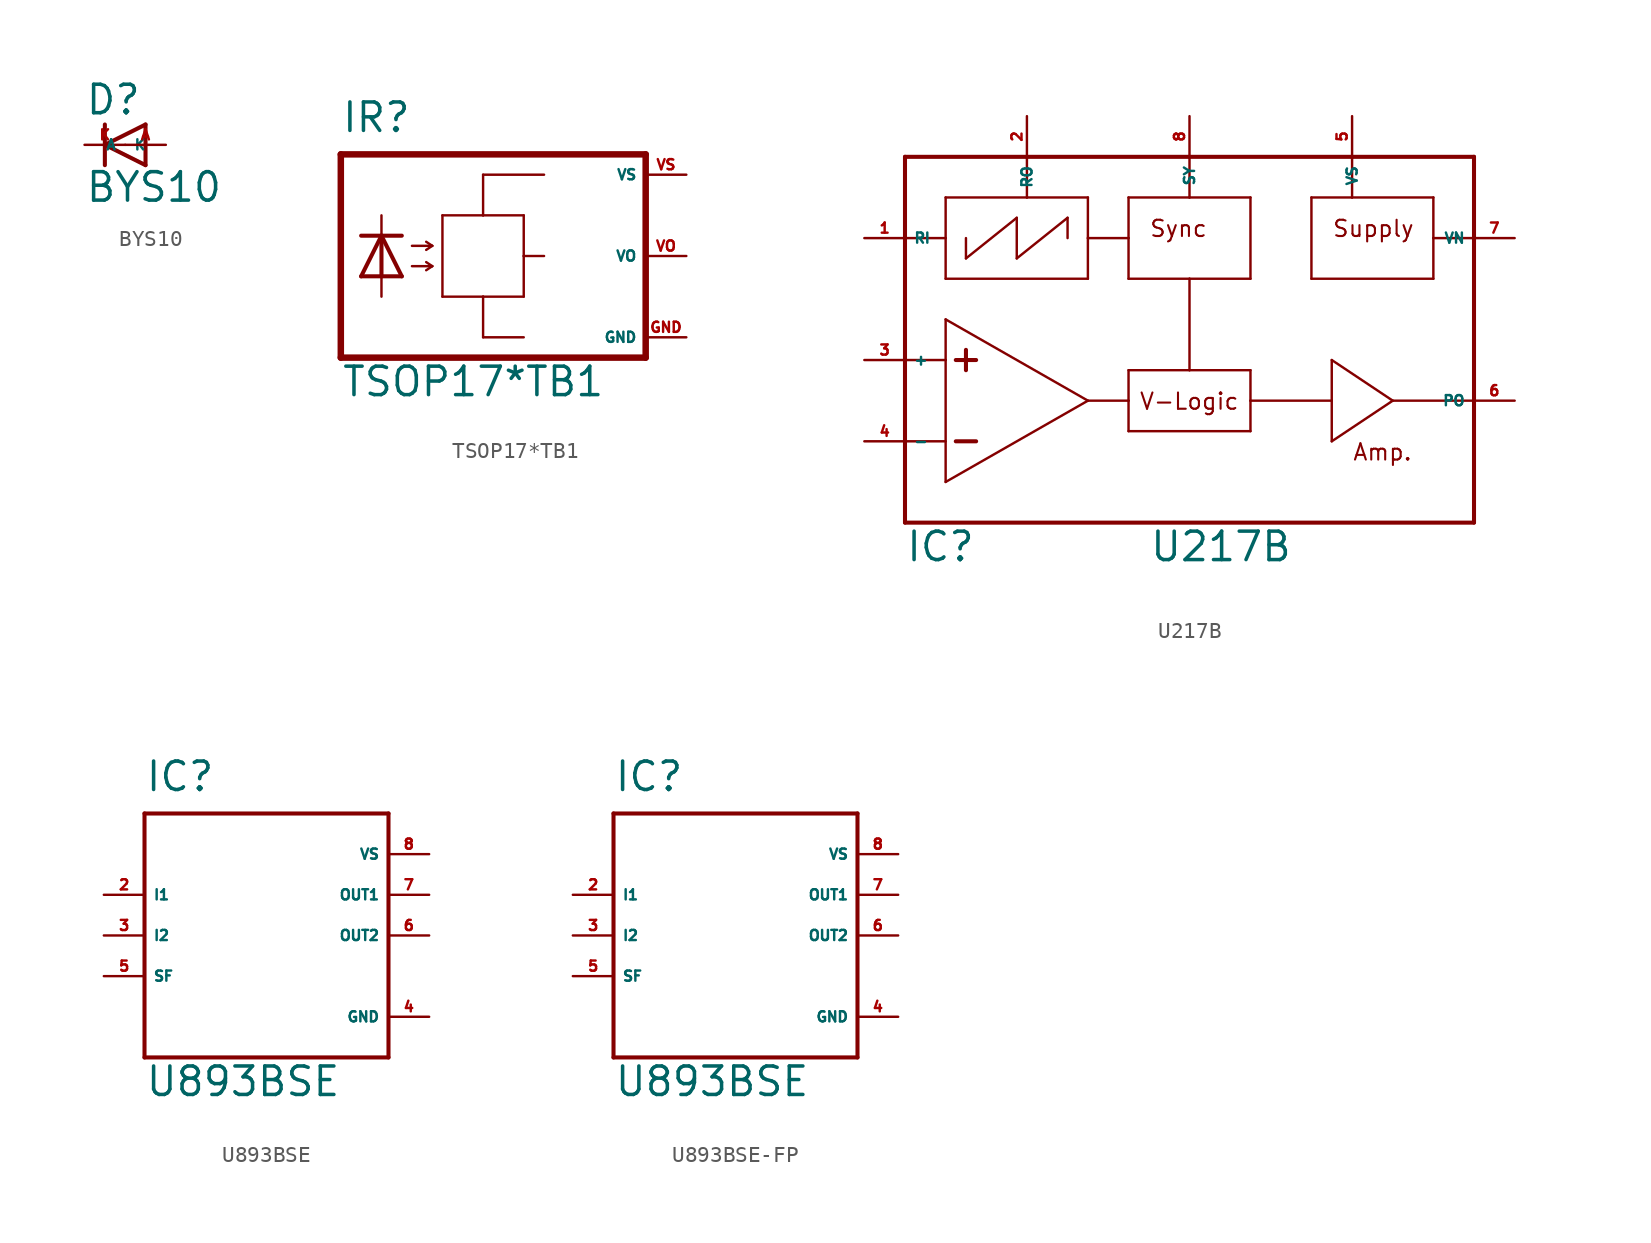
<source format=kicad_sym>
(kicad_symbol_lib
  (version 20220914)
  (generator Eagle2Kicad)
  (symbol "BYS10"
    (property "Reference" "D"
      (at -2.54 1.778 0)
      (effects (font (size 1.778 1.778) (thickness 0.22)) (justify left bottom)))
    (property "Value" "BYS10"
      (at -2.54 -3.683 0)
      (effects (font (size 1.778 1.778) (thickness 0.22)) (justify left bottom)))
    (polyline
      (pts (xy 1.27 1.27) (xy -1.27 0))
      (stroke (width 0.254) (type default))
      (fill (type none)))
    (polyline
      (pts (xy -1.27 0) (xy 1.27 -1.27))
      (stroke (width 0.254) (type default))
      (fill (type none)))
    (polyline
      (pts (xy -1.27 -1.27) (xy -1.27 0))
      (stroke (width 0.254) (type default))
      (fill (type none)))
    (polyline
      (pts (xy 1.27 -1.27) (xy 1.27 1.27))
      (stroke (width 0.254) (type default))
      (fill (type none)))
    (polyline
      (pts (xy -1.27 0) (xy -1.27 1.27))
      (stroke (width 0.254) (type default))
      (fill (type none)))
    (pin passive line
      (at 2.54 0 180)
      (length 2.54)
      (name "A" (effects (font (size 0.635 0.635) (thickness 0.08)) (justify left bottom)))
      (number "A" (effects (font (size 0.635 0.635) (thickness 0.08)) (justify left bottom))))
    (pin passive line
      (at -2.54 0 0)
      (length 2.54)
      (name "K" (effects (font (size 0.635 0.635) (thickness 0.08)) (justify left bottom)))
      (number "K" (effects (font (size 0.635 0.635) (thickness 0.08)) (justify left bottom)))))
  (symbol "TSOP17*TB1"
    (property "Reference" "IR"
      (at -8.89 7.62 0)
      (effects (font (size 1.778 1.778) (thickness 0.22)) (justify left bottom)))
    (property "Value" "TSOP17*TB1"
      (at -8.89 -8.89 0)
      (effects (font (size 1.778 1.778) (thickness 0.22)) (justify left bottom)))
    (polyline
      (pts (xy -7.62 -1.27) (xy -6.35 1.27))
      (stroke (width 0.254) (type default))
      (fill (type none)))
    (polyline
      (pts (xy -6.35 1.27) (xy -5.08 -1.27))
      (stroke (width 0.254) (type default))
      (fill (type none)))
    (polyline
      (pts (xy -7.62 1.27) (xy -6.35 1.27))
      (stroke (width 0.254) (type default))
      (fill (type none)))
    (polyline
      (pts (xy -6.35 1.27) (xy -5.08 1.27))
      (stroke (width 0.254) (type default))
      (fill (type none)))
    (polyline
      (pts (xy -4.445 0.635) (xy -3.175 0.635))
      (stroke (width 0.152) (type default))
      (fill (type none)))
    (polyline
      (pts (xy -3.175 0.635) (xy -3.556 0.889))
      (stroke (width 0.152) (type default))
      (fill (type none)))
    (polyline
      (pts (xy -3.175 0.635) (xy -3.556 0.381))
      (stroke (width 0.152) (type default))
      (fill (type none)))
    (polyline
      (pts (xy -4.445 -0.635) (xy -3.175 -0.635))
      (stroke (width 0.152) (type default))
      (fill (type none)))
    (polyline
      (pts (xy -3.175 -0.635) (xy -3.556 -0.381))
      (stroke (width 0.152) (type default))
      (fill (type none)))
    (polyline
      (pts (xy -3.175 -0.635) (xy -3.556 -0.889))
      (stroke (width 0.152) (type default))
      (fill (type none)))
    (polyline
      (pts (xy -7.62 -1.27) (xy -6.35 -1.27))
      (stroke (width 0.254) (type default))
      (fill (type none)))
    (polyline
      (pts (xy -6.35 -1.27) (xy -6.35 1.27))
      (stroke (width 0.254) (type default))
      (fill (type none)))
    (polyline
      (pts (xy -6.35 -1.27) (xy -5.08 -1.27))
      (stroke (width 0.254) (type default))
      (fill (type none)))
    (polyline
      (pts (xy -6.35 -1.27) (xy -6.35 -2.54))
      (stroke (width 0.152) (type default))
      (fill (type none)))
    (polyline
      (pts (xy -6.35 2.54) (xy -6.35 1.27))
      (stroke (width 0.152) (type default))
      (fill (type none)))
    (polyline
      (pts (xy -8.89 6.35) (xy -8.89 -6.35))
      (stroke (width 0.406) (type default))
      (fill (type none)))
    (polyline
      (pts (xy 10.16 6.35) (xy -8.89 6.35))
      (stroke (width 0.406) (type default))
      (fill (type none)))
    (polyline
      (pts (xy 10.16 6.35) (xy 10.16 -6.35))
      (stroke (width 0.406) (type default))
      (fill (type none)))
    (polyline
      (pts (xy 10.16 -6.35) (xy -8.89 -6.35))
      (stroke (width 0.406) (type default))
      (fill (type none)))
    (polyline
      (pts (xy 0 5.08) (xy 3.81 5.08))
      (stroke (width 0.152) (type default))
      (fill (type none)))
    (polyline
      (pts (xy 0 5.08) (xy 0 2.54))
      (stroke (width 0.152) (type default))
      (fill (type none)))
    (polyline
      (pts (xy 0 2.54) (xy -2.54 2.54))
      (stroke (width 0.152) (type default))
      (fill (type none)))
    (polyline
      (pts (xy -2.54 2.54) (xy -2.54 -2.54))
      (stroke (width 0.152) (type default))
      (fill (type none)))
    (polyline
      (pts (xy 2.54 0) (xy 3.81 0))
      (stroke (width 0.152) (type default))
      (fill (type none)))
    (polyline
      (pts (xy 0 -5.08) (xy 0 -2.54))
      (stroke (width 0.152) (type default))
      (fill (type none)))
    (polyline
      (pts (xy 2.54 -5.08) (xy 0 -5.08))
      (stroke (width 0.152) (type default))
      (fill (type none)))
    (polyline
      (pts (xy 2.54 2.54) (xy 0 2.54))
      (stroke (width 0.152) (type default))
      (fill (type none)))
    (polyline
      (pts (xy 2.54 2.54) (xy 2.54 0))
      (stroke (width 0.152) (type default))
      (fill (type none)))
    (polyline
      (pts (xy 2.54 0) (xy 2.54 -2.54))
      (stroke (width 0.152) (type default))
      (fill (type none)))
    (polyline
      (pts (xy 0 -2.54) (xy -2.54 -2.54))
      (stroke (width 0.152) (type default))
      (fill (type none)))
    (polyline
      (pts (xy 2.54 -2.54) (xy 0 -2.54))
      (stroke (width 0.152) (type default))
      (fill (type none)))
    (pin open_collector line
      (at 12.7 0 180)
      (length 2.54)
      (name "VO" (effects (font (size 0.635 0.635) (thickness 0.08)) (justify left bottom)))
      (number "VO" (effects (font (size 0.635 0.635) (thickness 0.08)) (justify left bottom))))
    (pin unspecified line
      (at 12.7 5.08 180)
      (length 2.54)
      (name "VS" (effects (font (size 0.635 0.635) (thickness 0.08)) (justify left bottom)))
      (number "VS" (effects (font (size 0.635 0.635) (thickness 0.08)) (justify left bottom))))
    (pin unspecified line
      (at 12.7 -5.08 180)
      (length 2.54)
      (name "GND" (effects (font (size 0.635 0.635) (thickness 0.08)) (justify left bottom)))
      (number "GND" (effects (font (size 0.635 0.635) (thickness 0.08)) (justify left bottom)))))
  (symbol "U217B"
    (property "Reference" "IC"
      (at -17.78 -12.7 0)
      (effects (font (size 1.778 1.778) (thickness 0.22)) (justify left bottom)))
    (property "Value" "U217B"
      (at -2.54 -12.7 0)
      (effects (font (size 1.778 1.778) (thickness 0.22)) (justify left bottom)))
    (polyline
      (pts (xy -17.78 12.7) (xy -17.78 7.62))
      (stroke (width 0.254) (type default))
      (fill (type none)))
    (polyline
      (pts (xy -17.78 7.62) (xy -17.78 0))
      (stroke (width 0.254) (type default))
      (fill (type none)))
    (polyline
      (pts (xy -17.78 0) (xy -17.78 -5.08))
      (stroke (width 0.254) (type default))
      (fill (type none)))
    (polyline
      (pts (xy -17.78 -5.08) (xy -17.78 -10.16))
      (stroke (width 0.254) (type default))
      (fill (type none)))
    (polyline
      (pts (xy -17.78 -10.16) (xy 17.78 -10.16))
      (stroke (width 0.254) (type default))
      (fill (type none)))
    (polyline
      (pts (xy 17.78 -10.16) (xy 17.78 -2.54))
      (stroke (width 0.254) (type default))
      (fill (type none)))
    (polyline
      (pts (xy 17.78 -2.54) (xy 17.78 7.62))
      (stroke (width 0.254) (type default))
      (fill (type none)))
    (polyline
      (pts (xy 17.78 7.62) (xy 17.78 12.7))
      (stroke (width 0.254) (type default))
      (fill (type none)))
    (polyline
      (pts (xy 17.78 12.7) (xy 10.16 12.7))
      (stroke (width 0.254) (type default))
      (fill (type none)))
    (polyline
      (pts (xy 10.16 12.7) (xy 0 12.7))
      (stroke (width 0.254) (type default))
      (fill (type none)))
    (polyline
      (pts (xy 0 12.7) (xy -10.16 12.7))
      (stroke (width 0.254) (type default))
      (fill (type none)))
    (polyline
      (pts (xy -10.16 12.7) (xy -17.78 12.7))
      (stroke (width 0.254) (type default))
      (fill (type none)))
    (polyline
      (pts (xy -15.24 10.16) (xy -15.24 7.62))
      (stroke (width 0) (type default))
      (fill (type none)))
    (polyline
      (pts (xy -15.24 7.62) (xy -15.24 5.08))
      (stroke (width 0) (type default))
      (fill (type none)))
    (polyline
      (pts (xy -15.24 5.08) (xy -6.35 5.08))
      (stroke (width 0) (type default))
      (fill (type none)))
    (polyline
      (pts (xy -6.35 5.08) (xy -6.35 7.62))
      (stroke (width 0) (type default))
      (fill (type none)))
    (polyline
      (pts (xy -6.35 7.62) (xy -6.35 10.16))
      (stroke (width 0) (type default))
      (fill (type none)))
    (polyline
      (pts (xy -6.35 10.16) (xy -10.16 10.16))
      (stroke (width 0) (type default))
      (fill (type none)))
    (polyline
      (pts (xy -10.16 10.16) (xy -15.24 10.16))
      (stroke (width 0) (type default))
      (fill (type none)))
    (polyline
      (pts (xy -3.81 10.16) (xy -3.81 7.62))
      (stroke (width 0) (type default))
      (fill (type none)))
    (polyline
      (pts (xy -3.81 7.62) (xy -3.81 5.08))
      (stroke (width 0) (type default))
      (fill (type none)))
    (polyline
      (pts (xy -3.81 5.08) (xy 0 5.08))
      (stroke (width 0) (type default))
      (fill (type none)))
    (polyline
      (pts (xy 0 5.08) (xy 3.81 5.08))
      (stroke (width 0) (type default))
      (fill (type none)))
    (polyline
      (pts (xy 3.81 5.08) (xy 3.81 10.16))
      (stroke (width 0) (type default))
      (fill (type none)))
    (polyline
      (pts (xy 3.81 10.16) (xy 0 10.16))
      (stroke (width 0) (type default))
      (fill (type none)))
    (polyline
      (pts (xy 0 10.16) (xy -3.81 10.16))
      (stroke (width 0) (type default))
      (fill (type none)))
    (polyline
      (pts (xy 7.62 10.16) (xy 10.16 10.16))
      (stroke (width 0) (type default))
      (fill (type none)))
    (polyline
      (pts (xy 10.16 10.16) (xy 15.24 10.16))
      (stroke (width 0) (type default))
      (fill (type none)))
    (polyline
      (pts (xy 15.24 10.16) (xy 15.24 7.62))
      (stroke (width 0) (type default))
      (fill (type none)))
    (polyline
      (pts (xy 15.24 7.62) (xy 15.24 5.08))
      (stroke (width 0) (type default))
      (fill (type none)))
    (polyline
      (pts (xy 15.24 5.08) (xy 7.62 5.08))
      (stroke (width 0) (type default))
      (fill (type none)))
    (polyline
      (pts (xy 7.62 5.08) (xy 7.62 10.16))
      (stroke (width 0) (type default))
      (fill (type none)))
    (polyline
      (pts (xy -15.24 2.54) (xy -15.24 0))
      (stroke (width 0) (type default))
      (fill (type none)))
    (polyline
      (pts (xy -15.24 0) (xy -15.24 -7.62))
      (stroke (width 0) (type default))
      (fill (type none)))
    (polyline
      (pts (xy -15.24 -7.62) (xy -6.35 -2.54))
      (stroke (width 0) (type default))
      (fill (type none)))
    (polyline
      (pts (xy -6.35 -2.54) (xy -15.24 2.54))
      (stroke (width 0) (type default))
      (fill (type none)))
    (polyline
      (pts (xy -3.81 -0.635) (xy -3.81 -2.54))
      (stroke (width 0) (type default))
      (fill (type none)))
    (polyline
      (pts (xy -3.81 -2.54) (xy -3.81 -4.445))
      (stroke (width 0) (type default))
      (fill (type none)))
    (polyline
      (pts (xy -3.81 -4.445) (xy 3.81 -4.445))
      (stroke (width 0) (type default))
      (fill (type none)))
    (polyline
      (pts (xy 3.81 -4.445) (xy 3.81 -2.54))
      (stroke (width 0) (type default))
      (fill (type none)))
    (polyline
      (pts (xy 3.81 -2.54) (xy 3.81 -0.635))
      (stroke (width 0) (type default))
      (fill (type none)))
    (polyline
      (pts (xy 3.81 -0.635) (xy 0 -0.635))
      (stroke (width 0) (type default))
      (fill (type none)))
    (polyline
      (pts (xy 0 -0.635) (xy -3.81 -0.635))
      (stroke (width 0) (type default))
      (fill (type none)))
    (polyline
      (pts (xy 8.89 0) (xy 8.89 -2.54))
      (stroke (width 0) (type default))
      (fill (type none)))
    (polyline
      (pts (xy 8.89 -2.54) (xy 8.89 -5.08))
      (stroke (width 0) (type default))
      (fill (type none)))
    (polyline
      (pts (xy 8.89 -5.08) (xy 12.7 -2.54))
      (stroke (width 0) (type default))
      (fill (type none)))
    (polyline
      (pts (xy 12.7 -2.54) (xy 8.89 0))
      (stroke (width 0) (type default))
      (fill (type none)))
    (polyline
      (pts (xy 0 5.08) (xy 0 -0.635))
      (stroke (width 0) (type default))
      (fill (type none)))
    (polyline
      (pts (xy -6.35 -2.54) (xy -3.81 -2.54))
      (stroke (width 0) (type default))
      (fill (type none)))
    (polyline
      (pts (xy 3.81 -2.54) (xy 8.89 -2.54))
      (stroke (width 0) (type default))
      (fill (type none)))
    (polyline
      (pts (xy 12.7 -2.54) (xy 17.78 -2.54))
      (stroke (width 0) (type default))
      (fill (type none)))
    (polyline
      (pts (xy 15.24 7.62) (xy 17.78 7.62))
      (stroke (width 0) (type default))
      (fill (type none)))
    (polyline
      (pts (xy -6.35 7.62) (xy -3.81 7.62))
      (stroke (width 0) (type default))
      (fill (type none)))
    (polyline
      (pts (xy -13.97 7.62) (xy -13.97 6.35))
      (stroke (width 0) (type default))
      (fill (type none)))
    (polyline
      (pts (xy -13.97 6.35) (xy -10.795 8.89))
      (stroke (width 0) (type default))
      (fill (type none)))
    (polyline
      (pts (xy -10.795 8.89) (xy -10.795 6.35))
      (stroke (width 0) (type default))
      (fill (type none)))
    (polyline
      (pts (xy 10.16 10.16) (xy 10.16 12.7))
      (stroke (width 0) (type default))
      (fill (type none)))
    (polyline
      (pts (xy 0 10.16) (xy 0 12.7))
      (stroke (width 0) (type default))
      (fill (type none)))
    (polyline
      (pts (xy -10.16 10.16) (xy -10.16 12.7))
      (stroke (width 0) (type default))
      (fill (type none)))
    (polyline
      (pts (xy -17.78 7.62) (xy -15.24 7.62))
      (stroke (width 0) (type default))
      (fill (type none)))
    (polyline
      (pts (xy -17.78 0) (xy -15.24 0))
      (stroke (width 0) (type default))
      (fill (type none)))
    (polyline
      (pts (xy -17.78 -5.08) (xy -15.24 -5.08))
      (stroke (width 0) (type default))
      (fill (type none)))
    (polyline
      (pts (xy -14.605 0) (xy -13.335 0))
      (stroke (width 0.254) (type default))
      (fill (type none)))
    (polyline
      (pts (xy -13.335 -5.08) (xy -14.605 -5.08))
      (stroke (width 0.254) (type default))
      (fill (type none)))
    (polyline
      (pts (xy -13.97 -0.635) (xy -13.97 0.635))
      (stroke (width 0.254) (type default))
      (fill (type none)))
    (polyline
      (pts (xy -10.795 6.35) (xy -7.62 8.89))
      (stroke (width 0) (type default))
      (fill (type none)))
    (polyline
      (pts (xy -7.62 8.89) (xy -7.62 7.62))
      (stroke (width 0) (type default))
      (fill (type none)))
    (text "Sync"
      (at -2.54 7.62 0)
      (effects (font (size 1.016 1.016) (thickness 0.13)) (justify left bottom)))
    (text "Supply"
      (at 8.89 7.62 0)
      (effects (font (size 1.016 1.016) (thickness 0.13)) (justify left bottom)))
    (text "Amp."
      (at 10.16 -6.35 0)
      (effects (font (size 1.016 1.016) (thickness 0.13)) (justify left bottom)))
    (text "V-Logic"
      (at -3.175 -3.175 0)
      (effects (font (size 1.016 1.016) (thickness 0.13)) (justify left bottom)))
    (pin bidirectional line
      (at -20.32 -5.08 0)
      (length 2.54)
      (name "-" (effects (font (size 0.635 0.635) (thickness 0.08)) (justify left bottom)))
      (number "4" (effects (font (size 0.635 0.635) (thickness 0.08)) (justify left bottom))))
    (pin bidirectional line
      (at -20.32 0 0)
      (length 2.54)
      (name "+" (effects (font (size 0.635 0.635) (thickness 0.08)) (justify left bottom)))
      (number "3" (effects (font (size 0.635 0.635) (thickness 0.08)) (justify left bottom))))
    (pin bidirectional line
      (at -20.32 7.62 0)
      (length 2.54)
      (name "RI" (effects (font (size 0.635 0.635) (thickness 0.08)) (justify left bottom)))
      (number "1" (effects (font (size 0.635 0.635) (thickness 0.08)) (justify left bottom))))
    (pin bidirectional line
      (at -10.16 15.24 270)
      (length 2.54)
      (name "RO" (effects (font (size 0.635 0.635) (thickness 0.08)) (justify left bottom)))
      (number "2" (effects (font (size 0.635 0.635) (thickness 0.08)) (justify left bottom))))
    (pin bidirectional line
      (at 0 15.24 270)
      (length 2.54)
      (name "SY" (effects (font (size 0.635 0.635) (thickness 0.08)) (justify left bottom)))
      (number "8" (effects (font (size 0.635 0.635) (thickness 0.08)) (justify left bottom))))
    (pin bidirectional line
      (at 10.16 15.24 270)
      (length 2.54)
      (name "VS" (effects (font (size 0.635 0.635) (thickness 0.08)) (justify left bottom)))
      (number "5" (effects (font (size 0.635 0.635) (thickness 0.08)) (justify left bottom))))
    (pin bidirectional line
      (at 20.32 7.62 180)
      (length 2.54)
      (name "VN" (effects (font (size 0.635 0.635) (thickness 0.08)) (justify left bottom)))
      (number "7" (effects (font (size 0.635 0.635) (thickness 0.08)) (justify left bottom))))
    (pin bidirectional line
      (at 20.32 -2.54 180)
      (length 2.54)
      (name "PO" (effects (font (size 0.635 0.635) (thickness 0.08)) (justify left bottom)))
      (number "6" (effects (font (size 0.635 0.635) (thickness 0.08)) (justify left bottom)))))
  (symbol "U893BSE"
    (property "Reference" "IC"
      (at -7.62 6.35 0)
      (effects (font (size 1.778 1.778) (thickness 0.22)) (justify left bottom)))
    (property "Value" "U893BSE"
      (at -7.62 -12.7 0)
      (effects (font (size 1.778 1.778) (thickness 0.22)) (justify left bottom)))
    (polyline
      (pts (xy -7.62 5.08) (xy 7.62 5.08))
      (stroke (width 0.254) (type default))
      (fill (type none)))
    (polyline
      (pts (xy 7.62 5.08) (xy 7.62 -10.16))
      (stroke (width 0.254) (type default))
      (fill (type none)))
    (polyline
      (pts (xy 7.62 -10.16) (xy -7.62 -10.16))
      (stroke (width 0.254) (type default))
      (fill (type none)))
    (polyline
      (pts (xy -7.62 -10.16) (xy -7.62 5.08))
      (stroke (width 0.254) (type default))
      (fill (type none)))
    (pin input line
      (at -10.16 0 0)
      (length 2.54)
      (name "I1" (effects (font (size 0.635 0.635) (thickness 0.08)) (justify left bottom)))
      (number "2" (effects (font (size 0.635 0.635) (thickness 0.08)) (justify left bottom))))
    (pin input line
      (at -10.16 -2.54 0)
      (length 2.54)
      (name "I2" (effects (font (size 0.635 0.635) (thickness 0.08)) (justify left bottom)))
      (number "3" (effects (font (size 0.635 0.635) (thickness 0.08)) (justify left bottom))))
    (pin input line
      (at -10.16 -5.08 0)
      (length 2.54)
      (name "SF" (effects (font (size 0.635 0.635) (thickness 0.08)) (justify left bottom)))
      (number "5" (effects (font (size 0.635 0.635) (thickness 0.08)) (justify left bottom))))
    (pin unspecified line
      (at 10.16 -7.62 180)
      (length 2.54)
      (name "GND" (effects (font (size 0.635 0.635) (thickness 0.08)) (justify left bottom)))
      (number "4" (effects (font (size 0.635 0.635) (thickness 0.08)) (justify left bottom))))
    (pin unspecified line
      (at 10.16 2.54 180)
      (length 2.54)
      (name "VS" (effects (font (size 0.635 0.635) (thickness 0.08)) (justify left bottom)))
      (number "8" (effects (font (size 0.635 0.635) (thickness 0.08)) (justify left bottom))))
    (pin output line
      (at 10.16 0 180)
      (length 2.54)
      (name "OUT1" (effects (font (size 0.635 0.635) (thickness 0.08)) (justify left bottom)))
      (number "7" (effects (font (size 0.635 0.635) (thickness 0.08)) (justify left bottom))))
    (pin output line
      (at 10.16 -2.54 180)
      (length 2.54)
      (name "OUT2" (effects (font (size 0.635 0.635) (thickness 0.08)) (justify left bottom)))
      (number "6" (effects (font (size 0.635 0.635) (thickness 0.08)) (justify left bottom)))))
  (symbol "U893BSE-FP"
    (property "Reference" "IC"
      (at -7.62 6.35 0)
      (effects (font (size 1.778 1.778) (thickness 0.22)) (justify left bottom)))
    (property "Value" "U893BSE"
      (at -7.62 -12.7 0)
      (effects (font (size 1.778 1.778) (thickness 0.22)) (justify left bottom)))
    (polyline
      (pts (xy -7.62 5.08) (xy 7.62 5.08))
      (stroke (width 0.254) (type default))
      (fill (type none)))
    (polyline
      (pts (xy 7.62 5.08) (xy 7.62 -10.16))
      (stroke (width 0.254) (type default))
      (fill (type none)))
    (polyline
      (pts (xy 7.62 -10.16) (xy -7.62 -10.16))
      (stroke (width 0.254) (type default))
      (fill (type none)))
    (polyline
      (pts (xy -7.62 -10.16) (xy -7.62 5.08))
      (stroke (width 0.254) (type default))
      (fill (type none)))
    (pin input line
      (at -10.16 0 0)
      (length 2.54)
      (name "I1" (effects (font (size 0.635 0.635) (thickness 0.08)) (justify left bottom)))
      (number "2" (effects (font (size 0.635 0.635) (thickness 0.08)) (justify left bottom))))
    (pin input line
      (at -10.16 -2.54 0)
      (length 2.54)
      (name "I2" (effects (font (size 0.635 0.635) (thickness 0.08)) (justify left bottom)))
      (number "3" (effects (font (size 0.635 0.635) (thickness 0.08)) (justify left bottom))))
    (pin input line
      (at -10.16 -5.08 0)
      (length 2.54)
      (name "SF" (effects (font (size 0.635 0.635) (thickness 0.08)) (justify left bottom)))
      (number "5" (effects (font (size 0.635 0.635) (thickness 0.08)) (justify left bottom))))
    (pin unspecified line
      (at 10.16 -7.62 180)
      (length 2.54)
      (name "GND" (effects (font (size 0.635 0.635) (thickness 0.08)) (justify left bottom)))
      (number "4" (effects (font (size 0.635 0.635) (thickness 0.08)) (justify left bottom))))
    (pin unspecified line
      (at 10.16 2.54 180)
      (length 2.54)
      (name "VS" (effects (font (size 0.635 0.635) (thickness 0.08)) (justify left bottom)))
      (number "8" (effects (font (size 0.635 0.635) (thickness 0.08)) (justify left bottom))))
    (pin output line
      (at 10.16 0 180)
      (length 2.54)
      (name "OUT1" (effects (font (size 0.635 0.635) (thickness 0.08)) (justify left bottom)))
      (number "7" (effects (font (size 0.635 0.635) (thickness 0.08)) (justify left bottom))))
    (pin output line
      (at 10.16 -2.54 180)
      (length 2.54)
      (name "OUT2" (effects (font (size 0.635 0.635) (thickness 0.08)) (justify left bottom)))
      (number "6" (effects (font (size 0.635 0.635) (thickness 0.08)) (justify left bottom))))))
</source>
